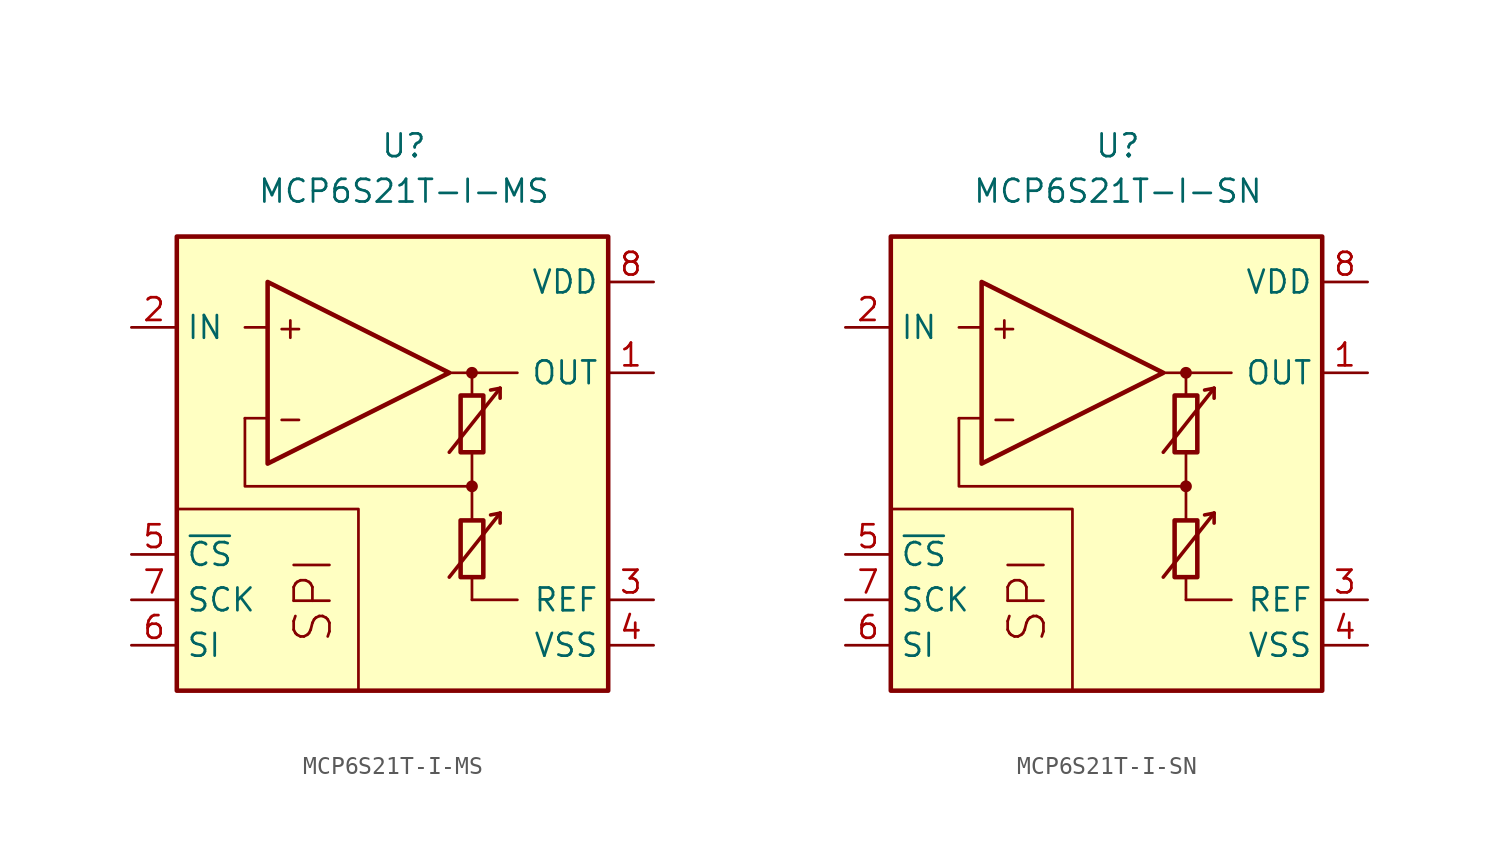
<source format=kicad_sym>
(kicad_symbol_lib
  (version 20211014)
  (generator kicad_symbol_editor)
  (symbol "MCP6S21T-I-MS"
    (property "Reference" "U"
      (at 0 17.78 0)
      (effects (font (size 1.27 1.27))))
    (property "Value" "MCP6S21T-I-MS"
      (at 0 15.24 0)
      (effects (font (size 1.27 1.27))))
    (symbol "MCP6S21T-I-MS_0_0"
      (rectangle (start -12.7 12.7) (end 11.43 -12.7) (stroke (width 0.254) (type default) (color 0 0 0 0)) (fill (type background)))
      (polyline (pts (xy 3.81 -3.81)) (stroke (width 0.152) (type default) (color 0 0 0 0)) (fill (type none)))
      (polyline (pts (xy 3.81 3.81)) (stroke (width 0.152) (type default) (color 0 0 0 0)) (fill (type none)))
      (polyline (pts (xy -7.62 2.54) (xy -8.89 2.54)) (stroke (width 0.152) (type default) (color 0 0 0 0)) (fill (type none)))
      (polyline (pts (xy -7.62 7.62) (xy -8.89 7.62)) (stroke (width 0.152) (type default) (color 0 0 0 0)) (fill (type none)))
      (polyline (pts (xy 2.54 5.08) (xy 6.35 5.08)) (stroke (width 0.152) (type default) (color 0 0 0 0)) (fill (type none)))
      (polyline (pts (xy 3.81 -6.35) (xy 3.81 -7.62)) (stroke (width 0.152) (type default) (color 0 0 0 0)) (fill (type none)))
      (polyline (pts (xy 3.81 -1.27) (xy 3.81 -3.175)) (stroke (width 0.152) (type default) (color 0 0 0 0)) (fill (type none)))
      (polyline (pts (xy 3.81 0.635) (xy 3.81 -1.27)) (stroke (width 0.152) (type default) (color 0 0 0 0)) (fill (type none)))
      (polyline (pts (xy 3.81 5.08) (xy 3.81 3.81)) (stroke (width 0.152) (type default) (color 0 0 0 0)) (fill (type none)))
      (polyline (pts (xy -2.54 -12.7) (xy -2.54 -2.54) (xy -12.7 -2.54)) (stroke (width 0.152) (type default) (color 0 0 0 0)) (fill (type none)))
      (polyline (pts (xy 3.81 -1.27) (xy -8.89 -1.27) (xy -8.89 2.54)) (stroke (width 0.152) (type default) (color 0 0 0 0)) (fill (type none)))
      (circle (center 3.81 -1.27) (radius 0.254) (stroke (width 0.152) (type default) (color 0 0 0 0)) (fill (type outline)))
      (circle (center 3.81 5.08) (radius 0.254) (stroke (width 0.152) (type default) (color 0 0 0 0)) (fill (type outline)))
      (text "+" (at -6.35 7.62 0) (effects (font (size 1.27 1.27))))
      (text "-" (at -6.35 2.54 0) (effects (font (size 1.27 1.27))))
      (text "SPI" (at -5.08 -7.62 900) (effects (font (size 2 2)))))
    (symbol "MCP6S21T-I-MS_0_1"
      (polyline (pts (xy 3.81 -7.62) (xy 6.35 -7.62)) (stroke (width 0) (type default) (color 0 0 0 0)) (fill (type none)))
      (polyline (pts (xy 5.385 -2.769) (xy 4.851 -2.87)) (stroke (width 0.2) (type default) (color 0 0 0 0)) (fill (type none)))
      (polyline (pts (xy 5.385 -2.769) (xy 5.385 -3.327)) (stroke (width 0.2) (type default) (color 0 0 0 0)) (fill (type none)))
      (polyline (pts (xy 5.385 4.216) (xy 4.851 4.115)) (stroke (width 0.2) (type default) (color 0 0 0 0)) (fill (type none)))
      (polyline (pts (xy 5.385 4.216) (xy 5.385 3.658)) (stroke (width 0.2) (type default) (color 0 0 0 0)) (fill (type none)))
      (polyline (pts (xy -7.62 10.16) (xy -7.62 0) (xy 2.54 5.08) (xy -7.62 10.16)) (stroke (width 0.254) (type default) (color 0 0 0 0)) (fill (type background)))
      (polyline (pts (xy 2.54 -6.35) (xy 5.385 -2.769) (xy 5.385 -2.769) (xy 5.385 -2.769)) (stroke (width 0.2) (type default) (color 0 0 0 0)) (fill (type none)))
      (polyline (pts (xy 2.54 0.635) (xy 5.385 4.216) (xy 5.385 4.216) (xy 5.385 4.216)) (stroke (width 0.2) (type default) (color 0 0 0 0)) (fill (type none)))
      (rectangle (start 3.175 -3.175) (end 4.445 -6.35) (stroke (width 0.254) (type default) (color 0 0 0 0)) (fill (type none)))
      (rectangle (start 3.175 3.81) (end 4.445 0.635) (stroke (width 0.254) (type default) (color 0 0 0 0)) (fill (type none))))
    (symbol "MCP6S21T-I-MS_1_1"
      (pin output line (at 13.97 5.08 180) (length 2.54) (name "OUT" (effects (font (size 1.27 1.27)))) (number "1" (effects (font (size 1.27 1.27)))))
      (pin input line (at -15.24 7.62 0) (length 2.54) (name "IN" (effects (font (size 1.27 1.27)))) (number "2" (effects (font (size 1.27 1.27)))))
      (pin passive line (at 13.97 -7.62 180) (length 2.54) (name "REF" (effects (font (size 1.27 1.27)))) (number "3" (effects (font (size 1.27 1.27)))))
      (pin power_in line (at 13.97 -10.16 180) (length 2.54) (name "VSS" (effects (font (size 1.27 1.27)))) (number "4" (effects (font (size 1.27 1.27)))))
      (pin input line (at -15.24 -5.08 0) (length 2.54) (name "~{CS}" (effects (font (size 1.27 1.27)))) (number "5" (effects (font (size 1.27 1.27)))))
      (pin input line (at -15.24 -10.16 0) (length 2.54) (name "SI" (effects (font (size 1.27 1.27)))) (number "6" (effects (font (size 1.27 1.27)))))
      (pin input line (at -15.24 -7.62 0) (length 2.54) (name "SCK" (effects (font (size 1.27 1.27)))) (number "7" (effects (font (size 1.27 1.27)))))
      (pin power_in line (at 13.97 10.16 180) (length 2.54) (name "VDD" (effects (font (size 1.27 1.27)))) (number "8" (effects (font (size 1.27 1.27)))))))
  (symbol "MCP6S21T-I-SN"
    (property "Reference" "U"
      (at 0 17.78 0)
      (effects (font (size 1.27 1.27))))
    (property "Value" "MCP6S21T-I-SN"
      (at 0 15.24 0)
      (effects (font (size 1.27 1.27))))
    (symbol "MCP6S21T-I-SN_0_0"
      (rectangle (start -12.7 12.7) (end 11.43 -12.7) (stroke (width 0.254) (type default) (color 0 0 0 0)) (fill (type background)))
      (polyline (pts (xy 3.81 -3.81)) (stroke (width 0.152) (type default) (color 0 0 0 0)) (fill (type none)))
      (polyline (pts (xy 3.81 3.81)) (stroke (width 0.152) (type default) (color 0 0 0 0)) (fill (type none)))
      (polyline (pts (xy -7.62 2.54) (xy -8.89 2.54)) (stroke (width 0.152) (type default) (color 0 0 0 0)) (fill (type none)))
      (polyline (pts (xy -7.62 7.62) (xy -8.89 7.62)) (stroke (width 0.152) (type default) (color 0 0 0 0)) (fill (type none)))
      (polyline (pts (xy 2.54 5.08) (xy 6.35 5.08)) (stroke (width 0.152) (type default) (color 0 0 0 0)) (fill (type none)))
      (polyline (pts (xy 3.81 -6.35) (xy 3.81 -7.62)) (stroke (width 0.152) (type default) (color 0 0 0 0)) (fill (type none)))
      (polyline (pts (xy 3.81 -1.27) (xy 3.81 -3.175)) (stroke (width 0.152) (type default) (color 0 0 0 0)) (fill (type none)))
      (polyline (pts (xy 3.81 0.635) (xy 3.81 -1.27)) (stroke (width 0.152) (type default) (color 0 0 0 0)) (fill (type none)))
      (polyline (pts (xy 3.81 5.08) (xy 3.81 3.81)) (stroke (width 0.152) (type default) (color 0 0 0 0)) (fill (type none)))
      (polyline (pts (xy -2.54 -12.7) (xy -2.54 -2.54) (xy -12.7 -2.54)) (stroke (width 0.152) (type default) (color 0 0 0 0)) (fill (type none)))
      (polyline (pts (xy 3.81 -1.27) (xy -8.89 -1.27) (xy -8.89 2.54)) (stroke (width 0.152) (type default) (color 0 0 0 0)) (fill (type none)))
      (circle (center 3.81 -1.27) (radius 0.254) (stroke (width 0.152) (type default) (color 0 0 0 0)) (fill (type outline)))
      (circle (center 3.81 5.08) (radius 0.254) (stroke (width 0.152) (type default) (color 0 0 0 0)) (fill (type outline)))
      (text "+" (at -6.35 7.62 0) (effects (font (size 1.27 1.27))))
      (text "-" (at -6.35 2.54 0) (effects (font (size 1.27 1.27))))
      (text "SPI" (at -5.08 -7.62 900) (effects (font (size 2 2)))))
    (symbol "MCP6S21T-I-SN_0_1"
      (polyline (pts (xy 3.81 -7.62) (xy 6.35 -7.62)) (stroke (width 0) (type default) (color 0 0 0 0)) (fill (type none)))
      (polyline (pts (xy 5.385 -2.769) (xy 4.851 -2.87)) (stroke (width 0.2) (type default) (color 0 0 0 0)) (fill (type none)))
      (polyline (pts (xy 5.385 -2.769) (xy 5.385 -3.327)) (stroke (width 0.2) (type default) (color 0 0 0 0)) (fill (type none)))
      (polyline (pts (xy 5.385 4.216) (xy 4.851 4.115)) (stroke (width 0.2) (type default) (color 0 0 0 0)) (fill (type none)))
      (polyline (pts (xy 5.385 4.216) (xy 5.385 3.658)) (stroke (width 0.2) (type default) (color 0 0 0 0)) (fill (type none)))
      (polyline (pts (xy -7.62 10.16) (xy -7.62 0) (xy 2.54 5.08) (xy -7.62 10.16)) (stroke (width 0.254) (type default) (color 0 0 0 0)) (fill (type background)))
      (polyline (pts (xy 2.54 -6.35) (xy 5.385 -2.769) (xy 5.385 -2.769) (xy 5.385 -2.769)) (stroke (width 0.2) (type default) (color 0 0 0 0)) (fill (type none)))
      (polyline (pts (xy 2.54 0.635) (xy 5.385 4.216) (xy 5.385 4.216) (xy 5.385 4.216)) (stroke (width 0.2) (type default) (color 0 0 0 0)) (fill (type none)))
      (rectangle (start 3.175 -3.175) (end 4.445 -6.35) (stroke (width 0.254) (type default) (color 0 0 0 0)) (fill (type none)))
      (rectangle (start 3.175 3.81) (end 4.445 0.635) (stroke (width 0.254) (type default) (color 0 0 0 0)) (fill (type none))))
    (symbol "MCP6S21T-I-SN_1_1"
      (pin output line (at 13.97 5.08 180) (length 2.54) (name "OUT" (effects (font (size 1.27 1.27)))) (number "1" (effects (font (size 1.27 1.27)))))
      (pin input line (at -15.24 7.62 0) (length 2.54) (name "IN" (effects (font (size 1.27 1.27)))) (number "2" (effects (font (size 1.27 1.27)))))
      (pin passive line (at 13.97 -7.62 180) (length 2.54) (name "REF" (effects (font (size 1.27 1.27)))) (number "3" (effects (font (size 1.27 1.27)))))
      (pin power_in line (at 13.97 -10.16 180) (length 2.54) (name "VSS" (effects (font (size 1.27 1.27)))) (number "4" (effects (font (size 1.27 1.27)))))
      (pin input line (at -15.24 -5.08 0) (length 2.54) (name "~{CS}" (effects (font (size 1.27 1.27)))) (number "5" (effects (font (size 1.27 1.27)))))
      (pin input line (at -15.24 -10.16 0) (length 2.54) (name "SI" (effects (font (size 1.27 1.27)))) (number "6" (effects (font (size 1.27 1.27)))))
      (pin input line (at -15.24 -7.62 0) (length 2.54) (name "SCK" (effects (font (size 1.27 1.27)))) (number "7" (effects (font (size 1.27 1.27)))))
      (pin power_in line (at 13.97 10.16 180) (length 2.54) (name "VDD" (effects (font (size 1.27 1.27)))) (number "8" (effects (font (size 1.27 1.27))))))))
</source>
